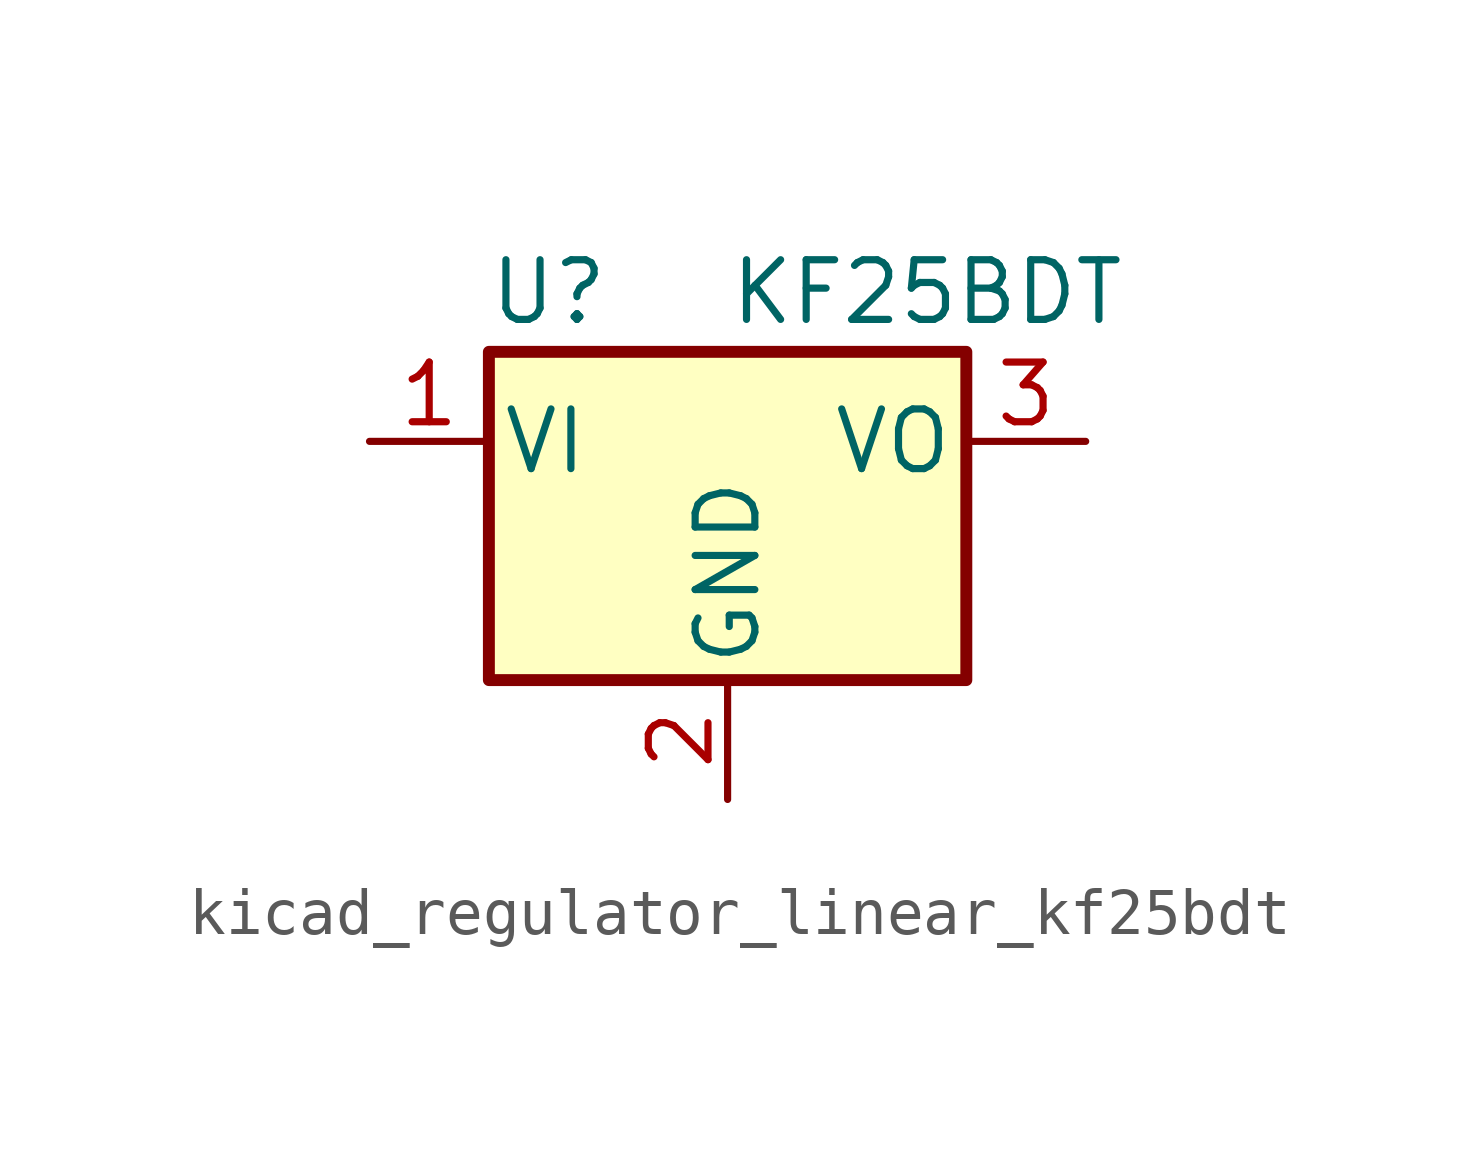
<source format=kicad_sym>
(kicad_symbol_lib
  (version 20220914)
  (generator kicad_symbol_editor)
  (symbol "kicad_regulator_linear_kf25bdt"
    (pin_names
      (offset 0.254))
    (property "Reference" "U"
      (at -3.81 3.175 0)
      (effects (font (size 1.27 1.27))))
    (property "Value" "KF25BDT"
      (at 0 3.175 0)
      (effects (font (size 1.27 1.27)) (justify left)))
    (symbol "kicad_regulator_linear_kf25bdt_0_1"
      (rectangle (start -5.08 1.905) (end 5.08 -5.08) (stroke (width 0.254) (type default)) (fill (type background))))
    (symbol "kicad_regulator_linear_kf25bdt_1_1"
      (pin power_in line (at -7.62 0 0) (length 2.54) (name "VI" (effects (font (size 1.27 1.27)))) (number "1" (effects (font (size 1.27 1.27)))))
      (pin power_in line (at 0 -7.62 90) (length 2.54) (name "GND" (effects (font (size 1.27 1.27)))) (number "2" (effects (font (size 1.27 1.27)))))
      (pin power_out line (at 7.62 0 180) (length 2.54) (name "VO" (effects (font (size 1.27 1.27)))) (number "3" (effects (font (size 1.27 1.27))))))))
</source>
